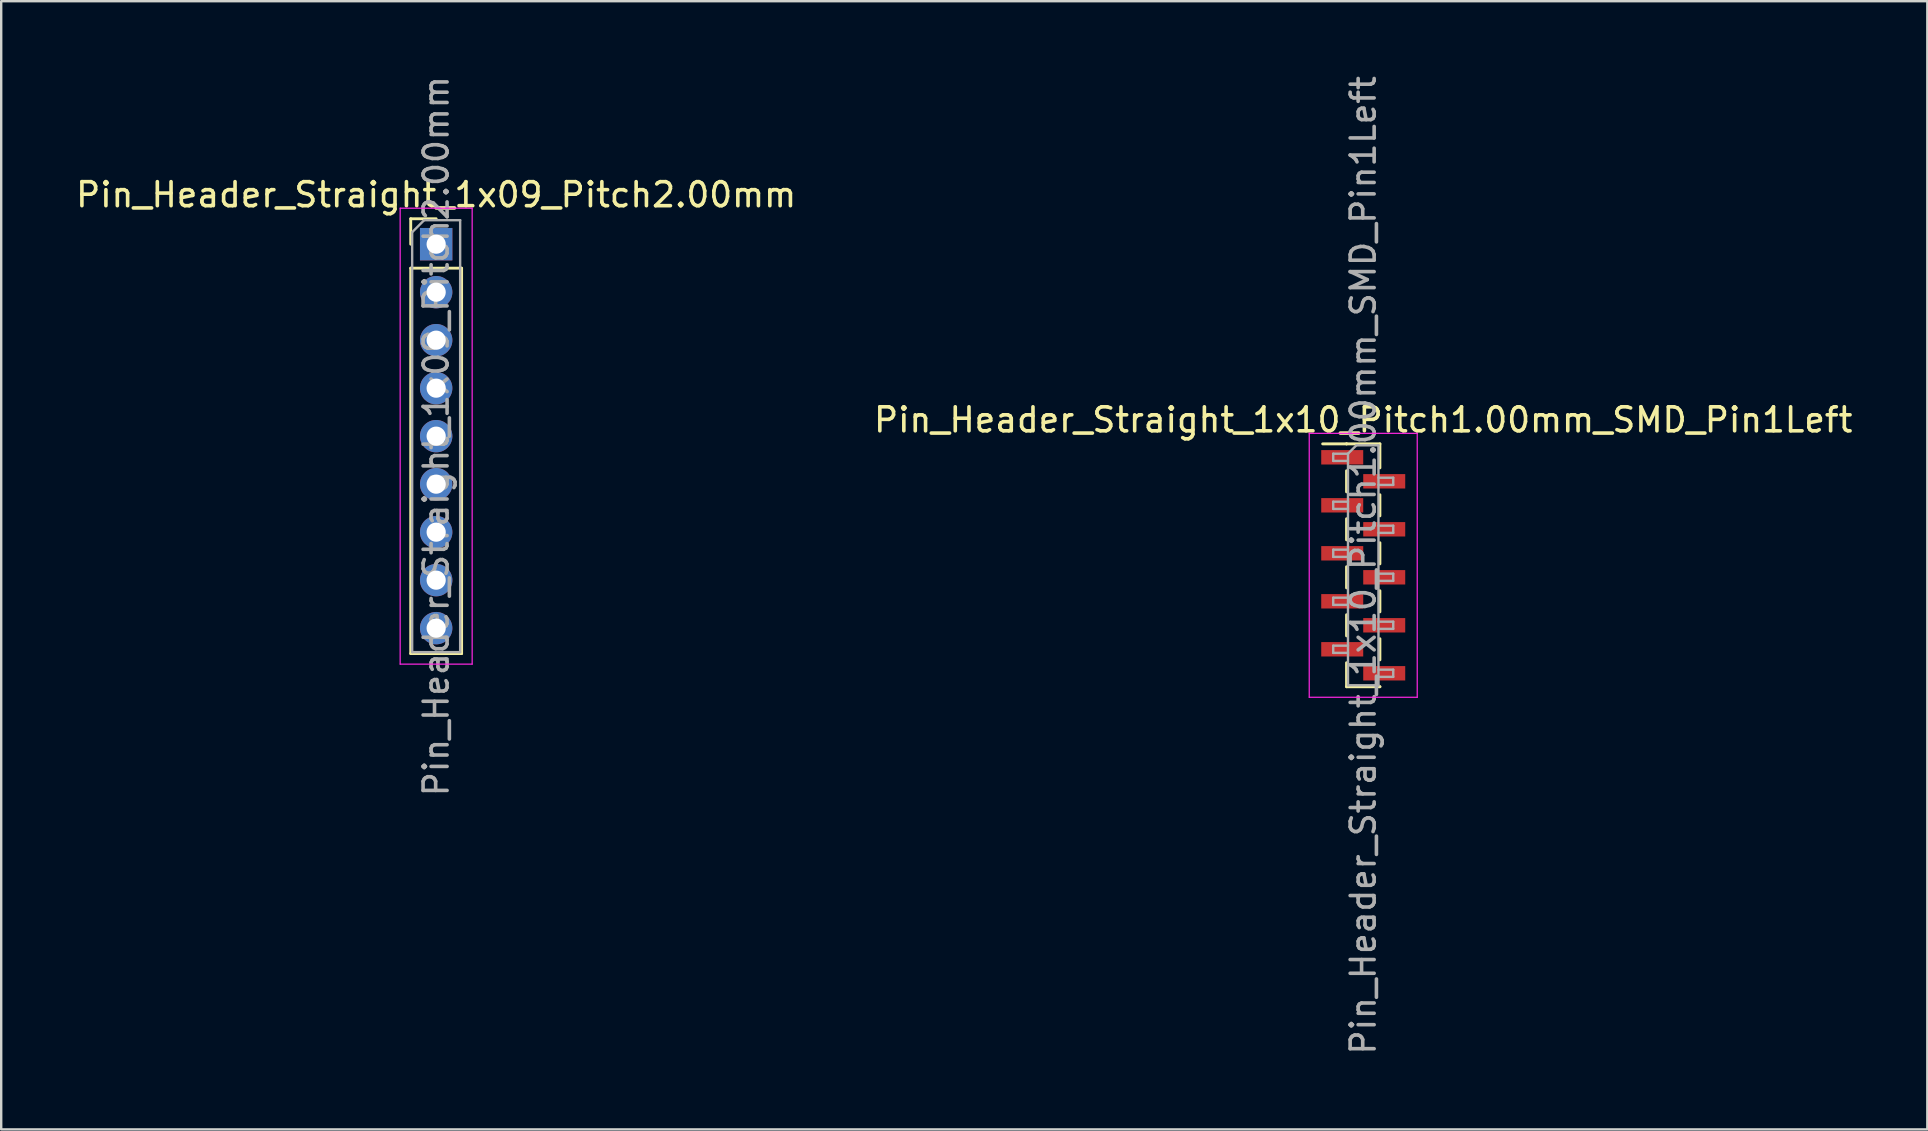
<source format=kicad_pcb>
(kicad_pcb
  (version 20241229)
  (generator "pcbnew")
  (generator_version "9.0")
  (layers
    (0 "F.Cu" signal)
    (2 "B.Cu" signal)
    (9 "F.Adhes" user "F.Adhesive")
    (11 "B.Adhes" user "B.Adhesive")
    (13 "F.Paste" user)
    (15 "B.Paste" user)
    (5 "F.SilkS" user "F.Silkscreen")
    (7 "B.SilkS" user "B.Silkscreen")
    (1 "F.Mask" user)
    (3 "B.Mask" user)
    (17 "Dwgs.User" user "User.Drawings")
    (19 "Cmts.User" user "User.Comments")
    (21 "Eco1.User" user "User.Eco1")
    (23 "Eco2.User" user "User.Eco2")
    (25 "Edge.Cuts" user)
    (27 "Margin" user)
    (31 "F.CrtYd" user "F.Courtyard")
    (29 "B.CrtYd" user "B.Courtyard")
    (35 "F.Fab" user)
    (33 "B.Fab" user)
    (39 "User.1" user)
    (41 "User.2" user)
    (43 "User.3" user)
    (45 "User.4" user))
  (footprint "Pin_Header_Straight_1x10_Pitch1.00mm_SMD_Pin1Left"
    (layer "F.Cu")
    (at 53.756 20.506)
    (property "Reference" "Pin_Header_Straight_1x10_Pitch1.00mm_SMD_Pin1Left" (at 0 -6.06 0) (layer "F.SilkS") (effects (font (size 1 1) (thickness 0.15))))
    (attr smd)
    (fp_line (start -0.695 -5.06) (end -1.69 -5.06) (stroke (width 0.12) (type solid)) (layer "F.SilkS"))
    (fp_line (start -0.695 -5.06) (end -0.695 -5.06) (stroke (width 0.12) (type solid)) (layer "F.SilkS"))
    (fp_line (start -0.695 -5.06) (end 0.695 -5.06) (stroke (width 0.12) (type solid)) (layer "F.SilkS"))
    (fp_line (start -0.695 -3.94) (end -0.695 -3.06) (stroke (width 0.12) (type solid)) (layer "F.SilkS"))
    (fp_line (start -0.695 -1.94) (end -0.695 -1.06) (stroke (width 0.12) (type solid)) (layer "F.SilkS"))
    (fp_line (start -0.695 0.06) (end -0.695 0.94) (stroke (width 0.12) (type solid)) (layer "F.SilkS"))
    (fp_line (start -0.695 2.06) (end -0.695 2.94) (stroke (width 0.12) (type solid)) (layer "F.SilkS"))
    (fp_line (start -0.695 4.06) (end -0.695 5.06) (stroke (width 0.12) (type solid)) (layer "F.SilkS"))
    (fp_line (start -0.695 5.06) (end 0.695 5.06) (stroke (width 0.12) (type solid)) (layer "F.SilkS"))
    (fp_line (start 0.695 -5.06) (end 0.695 -4.06) (stroke (width 0.12) (type solid)) (layer "F.SilkS"))
    (fp_line (start 0.695 -2.94) (end 0.695 -2.06) (stroke (width 0.12) (type solid)) (layer "F.SilkS"))
    (fp_line (start 0.695 -0.94) (end 0.695 -0.06) (stroke (width 0.12) (type solid)) (layer "F.SilkS"))
    (fp_line (start 0.695 1.06) (end 0.695 1.94) (stroke (width 0.12) (type solid)) (layer "F.SilkS"))
    (fp_line (start 0.695 3.06) (end 0.695 3.94) (stroke (width 0.12) (type solid)) (layer "F.SilkS"))
    (fp_line (start 0.695 5.06) (end 0.695 5.06) (stroke (width 0.12) (type solid)) (layer "F.SilkS"))
    (fp_line (start -2.25 -5.5) (end -2.25 5.5) (stroke (width 0.05) (type solid)) (layer "F.CrtYd"))
    (fp_line (start -2.25 5.5) (end 2.25 5.5) (stroke (width 0.05) (type solid)) (layer "F.CrtYd"))
    (fp_line (start 2.25 -5.5) (end -2.25 -5.5) (stroke (width 0.05) (type solid)) (layer "F.CrtYd"))
    (fp_line (start 2.25 5.5) (end 2.25 -5.5) (stroke (width 0.05) (type solid)) (layer "F.CrtYd"))
    (fp_line (start -1.25 -4.65) (end -1.25 -4.35) (stroke (width 0.1) (type solid)) (layer "F.Fab"))
    (fp_line (start -1.25 -4.35) (end -0.635 -4.35) (stroke (width 0.1) (type solid)) (layer "F.Fab"))
    (fp_line (start -1.25 -2.65) (end -1.25 -2.35) (stroke (width 0.1) (type solid)) (layer "F.Fab"))
    (fp_line (start -1.25 -2.35) (end -0.635 -2.35) (stroke (width 0.1) (type solid)) (layer "F.Fab"))
    (fp_line (start -1.25 -0.65) (end -1.25 -0.35) (stroke (width 0.1) (type solid)) (layer "F.Fab"))
    (fp_line (start -1.25 -0.35) (end -0.635 -0.35) (stroke (width 0.1) (type solid)) (layer "F.Fab"))
    (fp_line (start -1.25 1.35) (end -1.25 1.65) (stroke (width 0.1) (type solid)) (layer "F.Fab"))
    (fp_line (start -1.25 1.65) (end -0.635 1.65) (stroke (width 0.1) (type solid)) (layer "F.Fab"))
    (fp_line (start -1.25 3.35) (end -1.25 3.65) (stroke (width 0.1) (type solid)) (layer "F.Fab"))
    (fp_line (start -1.25 3.65) (end -0.635 3.65) (stroke (width 0.1) (type solid)) (layer "F.Fab"))
    (fp_line (start -0.635 -4.65) (end -1.25 -4.65) (stroke (width 0.1) (type solid)) (layer "F.Fab"))
    (fp_line (start -0.635 -4.65) (end -0.285 -5) (stroke (width 0.1) (type solid)) (layer "F.Fab"))
    (fp_line (start -0.635 -2.65) (end -1.25 -2.65) (stroke (width 0.1) (type solid)) (layer "F.Fab"))
    (fp_line (start -0.635 -0.65) (end -1.25 -0.65) (stroke (width 0.1) (type solid)) (layer "F.Fab"))
    (fp_line (start -0.635 1.35) (end -1.25 1.35) (stroke (width 0.1) (type solid)) (layer "F.Fab"))
    (fp_line (start -0.635 3.35) (end -1.25 3.35) (stroke (width 0.1) (type solid)) (layer "F.Fab"))
    (fp_line (start -0.635 5) (end -0.635 -4.65) (stroke (width 0.1) (type solid)) (layer "F.Fab"))
    (fp_line (start -0.285 -5) (end 0.635 -5) (stroke (width 0.1) (type solid)) (layer "F.Fab"))
    (fp_line (start 0.635 -5) (end 0.635 5) (stroke (width 0.1) (type solid)) (layer "F.Fab"))
    (fp_line (start 0.635 -3.65) (end 1.25 -3.65) (stroke (width 0.1) (type solid)) (layer "F.Fab"))
    (fp_line (start 0.635 -1.65) (end 1.25 -1.65) (stroke (width 0.1) (type solid)) (layer "F.Fab"))
    (fp_line (start 0.635 0.35) (end 1.25 0.35) (stroke (width 0.1) (type solid)) (layer "F.Fab"))
    (fp_line (start 0.635 2.35) (end 1.25 2.35) (stroke (width 0.1) (type solid)) (layer "F.Fab"))
    (fp_line (start 0.635 4.35) (end 1.25 4.35) (stroke (width 0.1) (type solid)) (layer "F.Fab"))
    (fp_line (start 0.635 5) (end -0.635 5) (stroke (width 0.1) (type solid)) (layer "F.Fab"))
    (fp_line (start 1.25 -3.65) (end 1.25 -3.35) (stroke (width 0.1) (type solid)) (layer "F.Fab"))
    (fp_line (start 1.25 -3.35) (end 0.635 -3.35) (stroke (width 0.1) (type solid)) (layer "F.Fab"))
    (fp_line (start 1.25 -1.65) (end 1.25 -1.35) (stroke (width 0.1) (type solid)) (layer "F.Fab"))
    (fp_line (start 1.25 -1.35) (end 0.635 -1.35) (stroke (width 0.1) (type solid)) (layer "F.Fab"))
    (fp_line (start 1.25 0.35) (end 1.25 0.65) (stroke (width 0.1) (type solid)) (layer "F.Fab"))
    (fp_line (start 1.25 0.65) (end 0.635 0.65) (stroke (width 0.1) (type solid)) (layer "F.Fab"))
    (fp_line (start 1.25 2.35) (end 1.25 2.65) (stroke (width 0.1) (type solid)) (layer "F.Fab"))
    (fp_line (start 1.25 2.65) (end 0.635 2.65) (stroke (width 0.1) (type solid)) (layer "F.Fab"))
    (fp_line (start 1.25 4.35) (end 1.25 4.65) (stroke (width 0.1) (type solid)) (layer "F.Fab"))
    (fp_line (start 1.25 4.65) (end 0.635 4.65) (stroke (width 0.1) (type solid)) (layer "F.Fab"))
    (fp_text user "${REFERENCE}" (at 0 0 90) (layer "F.Fab") (effects (font (size 1 1) (thickness 0.15))))
    (pad "1" smd rect (at -0.875 -4.5) (size 1.75 0.6) (layers "F.Cu" "F.Mask" "F.Paste"))
    (pad "2" smd rect (at 0.875 -3.5) (size 1.75 0.6) (layers "F.Cu" "F.Mask" "F.Paste"))
    (pad "3" smd rect (at -0.875 -2.5) (size 1.75 0.6) (layers "F.Cu" "F.Mask" "F.Paste"))
    (pad "4" smd rect (at 0.875 -1.5) (size 1.75 0.6) (layers "F.Cu" "F.Mask" "F.Paste"))
    (pad "5" smd rect (at -0.875 -0.5) (size 1.75 0.6) (layers "F.Cu" "F.Mask" "F.Paste"))
    (pad "6" smd rect (at 0.875 0.5) (size 1.75 0.6) (layers "F.Cu" "F.Mask" "F.Paste"))
    (pad "7" smd rect (at -0.875 1.5) (size 1.75 0.6) (layers "F.Cu" "F.Mask" "F.Paste"))
    (pad "8" smd rect (at 0.875 2.5) (size 1.75 0.6) (layers "F.Cu" "F.Mask" "F.Paste"))
    (pad "9" smd rect (at -0.875 3.5) (size 1.75 0.6) (layers "F.Cu" "F.Mask" "F.Paste"))
    (pad "10" smd rect (at 0.875 4.5) (size 1.75 0.6) (layers "F.Cu" "F.Mask" "F.Paste")))
  (footprint "Pin_Header_Straight_1x09_Pitch2.00mm"
    (layer "F.Cu")
    (at 15.125 7.125)
    (property "Reference" "Pin_Header_Straight_1x09_Pitch2.00mm" (at 0 -2.06 0) (layer "F.SilkS") (effects (font (size 1 1) (thickness 0.15))))
    (attr through_hole)
    (fp_line (start -1.06 -1.06) (end 0 -1.06) (stroke (width 0.12) (type solid)) (layer "F.SilkS"))
    (fp_line (start -1.06 0) (end -1.06 -1.06) (stroke (width 0.12) (type solid)) (layer "F.SilkS"))
    (fp_line (start -1.06 1) (end -1.06 17.06) (stroke (width 0.12) (type solid)) (layer "F.SilkS"))
    (fp_line (start -1.06 1) (end 1.06 1) (stroke (width 0.12) (type solid)) (layer "F.SilkS"))
    (fp_line (start -1.06 17.06) (end 1.06 17.06) (stroke (width 0.12) (type solid)) (layer "F.SilkS"))
    (fp_line (start 1.06 1) (end 1.06 17.06) (stroke (width 0.12) (type solid)) (layer "F.SilkS"))
    (fp_line (start -1.5 -1.5) (end -1.5 17.5) (stroke (width 0.05) (type solid)) (layer "F.CrtYd"))
    (fp_line (start -1.5 17.5) (end 1.5 17.5) (stroke (width 0.05) (type solid)) (layer "F.CrtYd"))
    (fp_line (start 1.5 -1.5) (end -1.5 -1.5) (stroke (width 0.05) (type solid)) (layer "F.CrtYd"))
    (fp_line (start 1.5 17.5) (end 1.5 -1.5) (stroke (width 0.05) (type solid)) (layer "F.CrtYd"))
    (fp_line (start -1 -0.5) (end -0.5 -1) (stroke (width 0.1) (type solid)) (layer "F.Fab"))
    (fp_line (start -1 17) (end -1 -0.5) (stroke (width 0.1) (type solid)) (layer "F.Fab"))
    (fp_line (start -0.5 -1) (end 1 -1) (stroke (width 0.1) (type solid)) (layer "F.Fab"))
    (fp_line (start 1 -1) (end 1 17) (stroke (width 0.1) (type solid)) (layer "F.Fab"))
    (fp_line (start 1 17) (end -1 17) (stroke (width 0.1) (type solid)) (layer "F.Fab"))
    (fp_text user "${REFERENCE}" (at 0 8 90) (layer "F.Fab") (effects (font (size 1 1) (thickness 0.15))))
    (pad "1" thru_hole rect (at 0 0) (size 1.35 1.35) (drill 0.8) (layers "*.Cu" "*.Mask"))
    (pad "2" thru_hole oval (at 0 2) (size 1.35 1.35) (drill 0.8) (layers "*.Cu" "*.Mask"))
    (pad "3" thru_hole oval (at 0 4) (size 1.35 1.35) (drill 0.8) (layers "*.Cu" "*.Mask"))
    (pad "4" thru_hole oval (at 0 6) (size 1.35 1.35) (drill 0.8) (layers "*.Cu" "*.Mask"))
    (pad "5" thru_hole oval (at 0 8) (size 1.35 1.35) (drill 0.8) (layers "*.Cu" "*.Mask"))
    (pad "6" thru_hole oval (at 0 10) (size 1.35 1.35) (drill 0.8) (layers "*.Cu" "*.Mask"))
    (pad "7" thru_hole oval (at 0 12) (size 1.35 1.35) (drill 0.8) (layers "*.Cu" "*.Mask"))
    (pad "8" thru_hole oval (at 0 14) (size 1.35 1.35) (drill 0.8) (layers "*.Cu" "*.Mask"))
    (pad "9" thru_hole oval (at 0 16) (size 1.35 1.35) (drill 0.8) (layers "*.Cu" "*.Mask")))
  (gr_rect
    (start -3 -3)
    (end 77.262 44.012)
    (stroke (width 0.1) (type default))
    (fill no)
    (layer "Edge.Cuts")))
</source>
